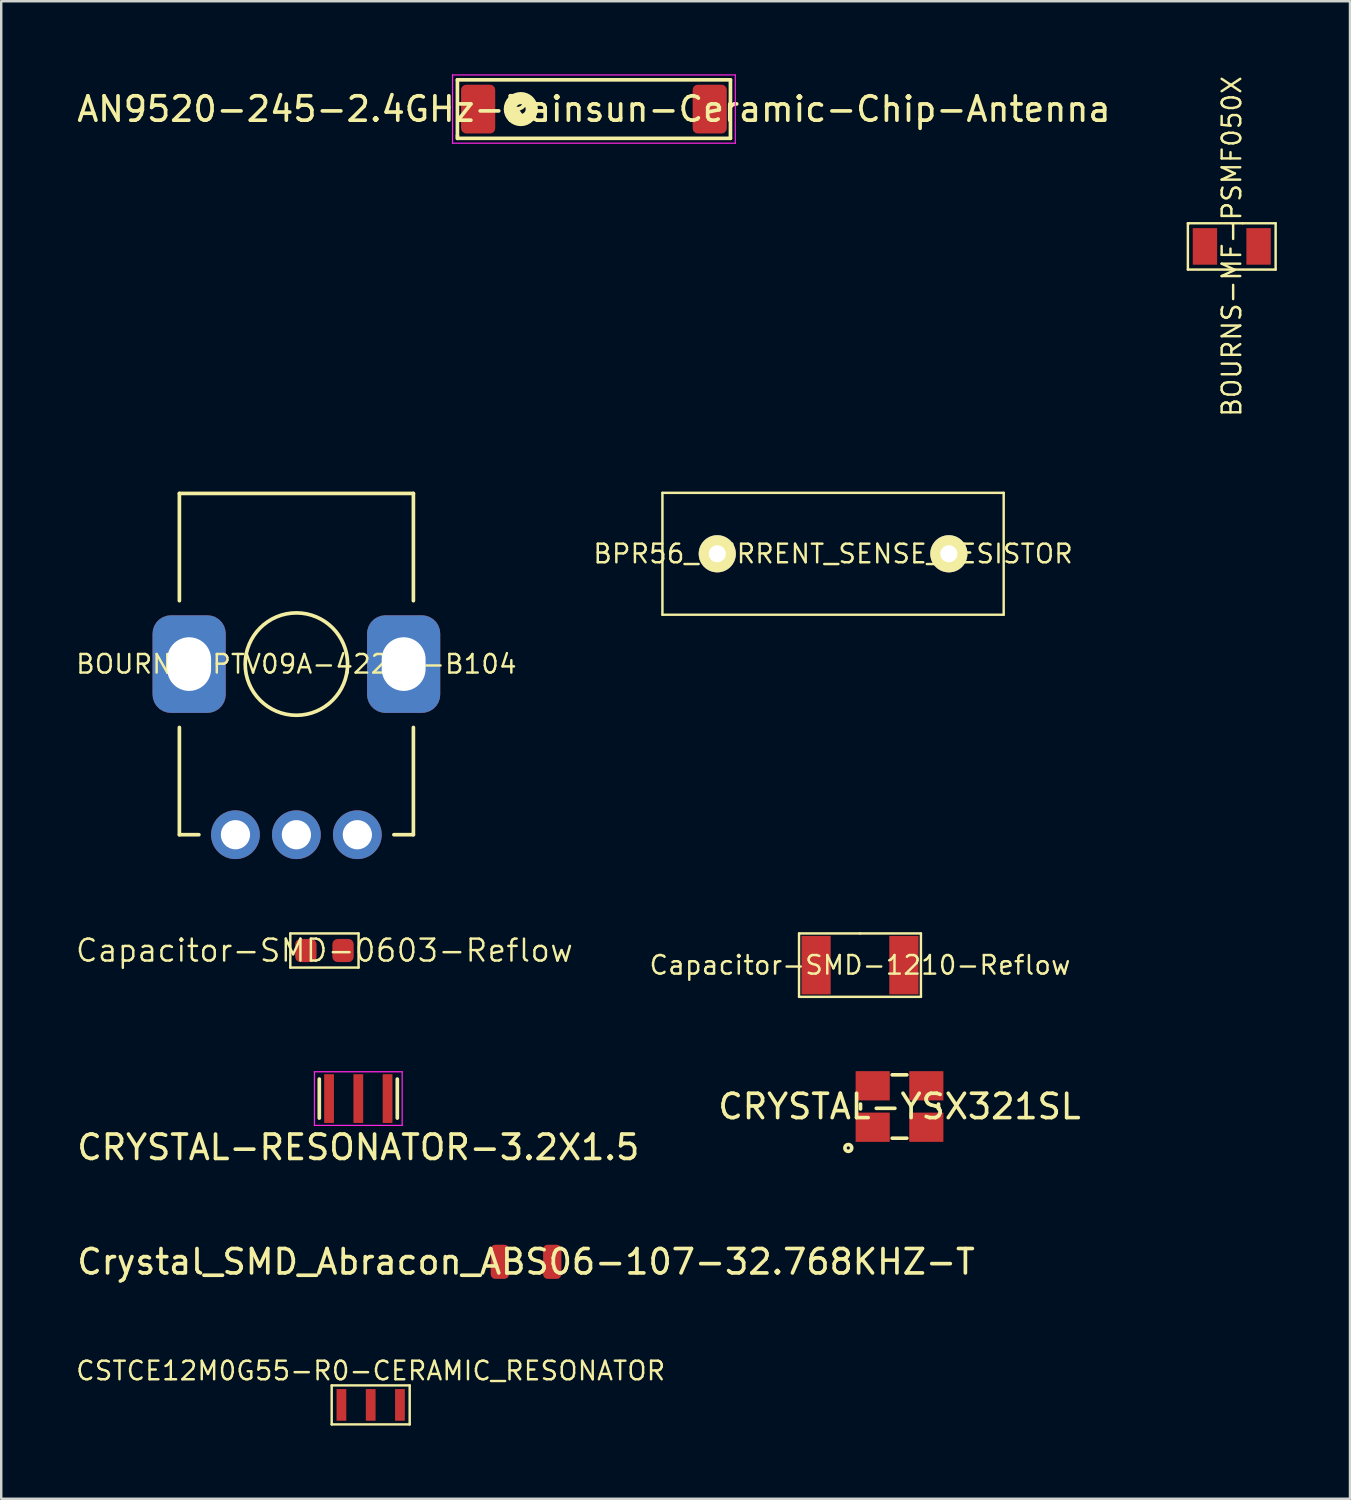
<source format=kicad_pcb>
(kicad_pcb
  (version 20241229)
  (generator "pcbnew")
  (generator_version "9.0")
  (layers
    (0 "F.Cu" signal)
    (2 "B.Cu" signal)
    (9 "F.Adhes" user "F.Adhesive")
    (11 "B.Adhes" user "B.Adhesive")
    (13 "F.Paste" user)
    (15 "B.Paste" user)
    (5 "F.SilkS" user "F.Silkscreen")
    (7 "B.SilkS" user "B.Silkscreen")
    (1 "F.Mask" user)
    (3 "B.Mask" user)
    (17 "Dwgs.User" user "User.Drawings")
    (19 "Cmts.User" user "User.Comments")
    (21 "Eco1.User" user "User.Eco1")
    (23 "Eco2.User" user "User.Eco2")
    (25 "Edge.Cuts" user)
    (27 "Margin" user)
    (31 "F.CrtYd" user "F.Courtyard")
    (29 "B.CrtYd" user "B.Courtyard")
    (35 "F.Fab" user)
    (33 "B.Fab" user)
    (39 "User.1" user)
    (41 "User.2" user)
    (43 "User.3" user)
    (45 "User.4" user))
  (footprint "Capacitor-SMD-0603-Reflow"
    (layer "F.Cu")
    (at 10.26 35.943)
    (property "Reference" "Capacitor-SMD-0603-Reflow" (at 0 0 180) (layer "F.SilkS") (effects (font (size 0.9 0.9) (thickness 0.1))))
    (attr smd)
    (fp_line (start -1.4 -0.7) (end 1.4 -0.7) (stroke (width 0.1) (type solid)) (layer "F.SilkS"))
    (fp_line (start -1.4 0.7) (end -1.4 -0.7) (stroke (width 0.1) (type solid)) (layer "F.SilkS"))
    (fp_line (start 1.4 -0.7) (end 1.4 0.7) (stroke (width 0.1) (type solid)) (layer "F.SilkS"))
    (fp_line (start 1.4 0.7) (end -1.4 0.7) (stroke (width 0.1) (type solid)) (layer "F.SilkS"))
    (pad "1" smd roundrect (at -0.762 0) (size 0.875 0.95) (layers "F.Cu" "F.Mask" "F.Paste") (roundrect_rratio 0.25))
    (pad "2" smd roundrect (at 0.762 0) (size 0.875 0.95) (layers "F.Cu" "F.Mask" "F.Paste") (roundrect_rratio 0.25)))
  (footprint "CRYSTAL-YSX321SL"
    (layer "F.Cu")
    (at 33.851 42.343)
    (property "Reference" "CRYSTAL-YSX321SL" (at 0 0 0) (layer "F.SilkS") (effects (font (size 1 1) (thickness 0.15))))
    (attr smd)
    (fp_line (start -1.6 0.1) (end -1.6 -0.1) (stroke (width 0.15) (type solid)) (layer "F.SilkS"))
    (fp_line (start -0.3 -1.3) (end 0.3 -1.3) (stroke (width 0.15) (type solid)) (layer "F.SilkS"))
    (fp_line (start 0.3 1.3) (end -0.3 1.3) (stroke (width 0.15) (type solid)) (layer "F.SilkS"))
    (fp_line (start 1.6 0.1) (end 1.6 -0.1) (stroke (width 0.15) (type solid)) (layer "F.SilkS"))
    (fp_circle (center -2.1 1.7) (end -2 1.8) (stroke (width 0.15) (type solid)) (fill no) (layer "F.SilkS"))
    (pad "1" smd rect (at -1.1 0.85) (size 1.4 1.2) (layers "F.Cu" "F.Mask" "F.Paste"))
    (pad "2" smd rect (at 1.1 0.85) (size 1.4 1.2) (layers "F.Cu" "F.Mask" "F.Paste"))
    (pad "3" smd rect (at 1.1 -0.85) (size 1.4 1.2) (layers "F.Cu" "F.Mask" "F.Paste"))
    (pad "4" smd rect (at -1.1 -0.85) (size 1.4 1.2) (layers "F.Cu" "F.Mask" "F.Paste")))
  (footprint "Capacitor-SMD-1210-Reflow"
    (layer "F.Cu")
    (at 32.23 36.543)
    (property "Reference" "Capacitor-SMD-1210-Reflow" (at 0 0 180) (layer "F.SilkS") (effects (font (size 0.762 0.762) (thickness 0.1))))
    (attr smd)
    (fp_line (start -2.5 -1.3) (end 0 -1.3) (stroke (width 0.1) (type solid)) (layer "F.SilkS"))
    (fp_line (start -2.5 1.3) (end -2.5 -1.3) (stroke (width 0.1) (type solid)) (layer "F.SilkS"))
    (fp_line (start 0 -1.3) (end 2.5 -1.3) (stroke (width 0.1) (type solid)) (layer "F.SilkS"))
    (fp_line (start 2.5 -1.3) (end 2.5 1.3) (stroke (width 0.1) (type solid)) (layer "F.SilkS"))
    (fp_line (start 2.5 1.3) (end -2.5 1.3) (stroke (width 0.1) (type solid)) (layer "F.SilkS"))
    (pad "1" smd rect (at -1.801 0) (size 1.199 2.4) (layers "F.Cu" "F.Mask" "F.Paste"))
    (pad "2" smd rect (at 1.801 0) (size 1.199 2.4) (layers "F.Cu" "F.Mask" "F.Paste")))
  (footprint "CSTCE12M0G55-R0-CERAMIC_RESONATOR"
    (layer "F.Cu")
    (at 12.157 54.584)
    (property "Reference" "CSTCE12M0G55-R0-CERAMIC_RESONATOR" (at 0 -1.4 0) (layer "F.SilkS") (effects (font (size 0.762 0.762) (thickness 0.1))))
    (attr smd)
    (fp_line (start -1.6 -0.8) (end 1.6 -0.8) (stroke (width 0.1) (type solid)) (layer "F.SilkS"))
    (fp_line (start -1.6 0.8) (end -1.6 -0.8) (stroke (width 0.1) (type solid)) (layer "F.SilkS"))
    (fp_line (start 1.6 -0.8) (end 1.6 0.8) (stroke (width 0.1) (type solid)) (layer "F.SilkS"))
    (fp_line (start 1.6 0.8) (end -1.6 0.8) (stroke (width 0.1) (type solid)) (layer "F.SilkS"))
    (pad "1" smd rect (at 1.2 0) (size 0.4 1.3) (layers "F.Cu" "F.Mask" "F.Paste"))
    (pad "2" smd rect (at 0 0) (size 0.4 1.3) (layers "F.Cu" "F.Mask" "F.Paste"))
    (pad "3" smd rect (at -1.2 0) (size 0.4 1.3) (layers "F.Cu" "F.Mask" "F.Paste")))
  (footprint "Crystal_SMD_Abracon_ABS06-107-32.768KHZ-T"
    (layer "F.Cu")
    (at 18.53 48.714)
    (property "Reference" "Crystal_SMD_Abracon_ABS06-107-32.768KHZ-T" (at 0 0 0) (layer "F.SilkS") (effects (font (size 1 1) (thickness 0.15))))
    (attr through_hole)
    (pad "1" smd roundrect (at -1.075 0) (size 0.75 1.4) (layers "F.Cu" "F.Mask" "F.Paste") (roundrect_rratio 0.25))
    (pad "2" smd roundrect (at 1.075 0) (size 0.75 1.4) (layers "F.Cu" "F.Mask" "F.Paste") (roundrect_rratio 0.25)))
  (footprint "CRYSTAL-RESONATOR-3.2X1.5"
    (layer "F.Cu")
    (at 11.649 42.018)
    (property "Reference" "CRYSTAL-RESONATOR-3.2X1.5" (at 0 2 0) (layer "F.SilkS") (effects (font (size 1 1) (thickness 0.15))))
    (attr through_hole)
    (fp_line (start -1.6 -0.8) (end -1.6 0.8) (stroke (width 0.15) (type solid)) (layer "F.SilkS"))
    (fp_line (start 1.6 -0.8) (end 1.6 0.8) (stroke (width 0.15) (type solid)) (layer "F.SilkS"))
    (fp_line (start -1.8 -1.1) (end 1.8 -1.1) (stroke (width 0.05) (type solid)) (layer "F.CrtYd"))
    (fp_line (start -1.8 1.1) (end -1.8 -1.1) (stroke (width 0.05) (type solid)) (layer "F.CrtYd"))
    (fp_line (start 1.8 -1.1) (end 1.8 1.1) (stroke (width 0.05) (type solid)) (layer "F.CrtYd"))
    (fp_line (start 1.8 1.1) (end -1.8 1.1) (stroke (width 0.05) (type solid)) (layer "F.CrtYd"))
    (pad "1" smd rect (at -1.2 0) (size 0.4 2) (layers "F.Cu" "F.Mask" "F.Paste"))
    (pad "2" smd rect (at 0 0) (size 0.4 2) (layers "F.Cu" "F.Mask" "F.Paste"))
    (pad "3" smd rect (at 1.2 0) (size 0.4 2) (layers "F.Cu" "F.Mask" "F.Paste")))
  (footprint "AN9520-245-2.4GHz-Rainsun-Ceramic-Chip-Antenna"
    (layer "F.Cu")
    (at 21.315 1.425)
    (property "Reference" "AN9520-245-2.4GHz-Rainsun-Ceramic-Chip-Antenna" (at 0 0 0) (unlocked yes) (layer "F.SilkS") (effects (font (size 1 1) (thickness 0.15))))
    (attr smd)
    (fp_line (start -5.6 -1.2) (end -5.6 1.1) (stroke (width 0.15) (type solid)) (layer "F.SilkS"))
    (fp_line (start -5.6 1.1) (end -5.6 1.2) (stroke (width 0.15) (type solid)) (layer "F.SilkS"))
    (fp_line (start -5.6 1.2) (end 5.6 1.2) (stroke (width 0.15) (type solid)) (layer "F.SilkS"))
    (fp_line (start 5.6 -1.2) (end -5.6 -1.2) (stroke (width 0.15) (type solid)) (layer "F.SilkS"))
    (fp_line (start 5.6 1.2) (end 5.6 -1.2) (stroke (width 0.15) (type solid)) (layer "F.SilkS"))
    (fp_circle (center -3 0) (end -2.8 0) (stroke (width 0.5) (type solid)) (fill no) (layer "F.SilkS"))
    (fp_line (start -5.8 -1.4) (end 5.8 -1.4) (stroke (width 0.05) (type solid)) (layer "F.CrtYd"))
    (fp_line (start -5.8 1.4) (end -5.8 -1.4) (stroke (width 0.05) (type solid)) (layer "F.CrtYd"))
    (fp_line (start 5.8 -1.4) (end 5.8 1.4) (stroke (width 0.05) (type solid)) (layer "F.CrtYd"))
    (fp_line (start 5.8 1.4) (end -5.8 1.4) (stroke (width 0.05) (type solid)) (layer "F.CrtYd"))
    (pad "" smd roundrect (at 4.75 0) (size 1.4 2) (layers "F.Cu" "F.Mask" "F.Paste") (roundrect_rratio 0.15))
    (pad "1" smd roundrect (at -4.75 0) (size 1.4 2) (layers "F.Cu" "F.Mask" "F.Paste") (roundrect_rratio 0.15)))
  (footprint "BPR56_CURRENT_SENSE_RESISTOR"
    (layer "F.Cu")
    (at 31.125 19.668)
    (property "Reference" "BPR56_CURRENT_SENSE_RESISTOR" (at 0 0 0) (layer "F.SilkS") (effects (font (size 0.762 0.762) (thickness 0.1))))
    (attr through_hole)
    (fp_line (start -7 -2.5) (end -7 2.5) (stroke (width 0.1) (type solid)) (layer "F.SilkS"))
    (fp_line (start -7 -2.5) (end 7 -2.5) (stroke (width 0.1) (type solid)) (layer "F.SilkS"))
    (fp_line (start -7 2.5) (end 7 2.5) (stroke (width 0.1) (type solid)) (layer "F.SilkS"))
    (fp_line (start 7 -2.5) (end 7 2.5) (stroke (width 0.1) (type solid)) (layer "F.SilkS"))
    (pad "1" thru_hole circle (at -4.75 0) (size 1.524 1.524) (drill 0.7) (layers "*.Cu" "*.Mask" "F.SilkS"))
    (pad "2" thru_hole circle (at 4.75 0) (size 1.524 1.524) (drill 0.7) (layers "*.Cu" "*.Mask" "F.SilkS")))
  (footprint "BOURNS-MF-PSMF050X"
    (layer "F.Cu")
    (at 47.481 7.059)
    (property "Reference" "BOURNS-MF-PSMF050X" (at 0 0 90) (layer "F.SilkS") (effects (font (size 0.762 0.762) (thickness 0.1))))
    (attr smd)
    (fp_line (start -1.8 -0.95) (end -1.8 0.95) (stroke (width 0.1) (type solid)) (layer "F.SilkS"))
    (fp_line (start -1.8 0.95) (end 1.8 0.95) (stroke (width 0.1) (type solid)) (layer "F.SilkS"))
    (fp_line (start -1.75 -0.95) (end -1.8 -0.95) (stroke (width 0.1) (type solid)) (layer "F.SilkS"))
    (fp_line (start 0 -0.95) (end -1.75 -0.95) (stroke (width 0.1) (type solid)) (layer "F.SilkS"))
    (fp_line (start 0 -0.95) (end 0.45 -0.95) (stroke (width 0.1) (type solid)) (layer "F.SilkS"))
    (fp_line (start 1.8 -0.95) (end 0.45 -0.95) (stroke (width 0.1) (type solid)) (layer "F.SilkS"))
    (fp_line (start 1.8 0.95) (end 1.8 -0.95) (stroke (width 0.1) (type solid)) (layer "F.SilkS"))
    (pad "1" smd rect (at 1.1 0) (size 1 1.5) (layers "F.Cu" "F.Mask" "F.Paste"))
    (pad "2" smd rect (at -1.1 0) (size 1 1.5) (layers "F.Cu" "F.Mask" "F.Paste")))
  (footprint "BOURNS-PTV09A-4225F-B104"
    (layer "F.Cu")
    (at 9.109 24.193)
    (property "Reference" "BOURNS-PTV09A-4225F-B104" (at 0 0 0) (layer "F.SilkS") (effects (font (size 0.762 0.762) (thickness 0.1))))
    (attr through_hole)
    (fp_line (start -4.8 -7) (end -4.8 -2.6) (stroke (width 0.15) (type solid)) (layer "F.SilkS"))
    (fp_line (start -4.8 7) (end -4.8 2.6) (stroke (width 0.15) (type solid)) (layer "F.SilkS"))
    (fp_line (start -4.8 7) (end -4 7) (stroke (width 0.15) (type solid)) (layer "F.SilkS"))
    (fp_line (start 4 7) (end 4.8 7) (stroke (width 0.15) (type solid)) (layer "F.SilkS"))
    (fp_line (start 4.8 -7) (end -4.8 -7) (stroke (width 0.15) (type solid)) (layer "F.SilkS"))
    (fp_line (start 4.8 -2.6) (end 4.8 -7) (stroke (width 0.15) (type solid)) (layer "F.SilkS"))
    (fp_line (start 4.8 7) (end 4.8 2.6) (stroke (width 0.15) (type solid)) (layer "F.SilkS"))
    (fp_circle (center 0 0) (end 2.1 0) (stroke (width 0.15) (type solid)) (fill no) (layer "F.SilkS"))
    (pad "" thru_hole roundrect (at -4.4 0) (size 3 4) (drill oval 1.8 2.2) (layers "*.Cu" "*.Mask") (roundrect_rratio 0.25))
    (pad "1" thru_hole circle (at -2.5 7) (size 2 2) (drill 1.2) (layers "*.Cu" "*.Mask"))
    (pad "2" thru_hole circle (at 0 7) (size 2 2) (drill 1.2) (layers "*.Cu" "*.Mask"))
    (pad "3" thru_hole circle (at 2.5 7) (size 2 2) (drill 1.2) (layers "*.Cu" "*.Mask"))
    (pad "~" thru_hole roundrect (at 4.4 0) (size 3 4) (drill oval 1.8 2.2) (layers "*.Cu" "*.Mask") (roundrect_rratio 0.25)))
  (gr_rect
    (start -3 -3)
    (end 52.331 58.434)
    (stroke (width 0.1) (type default))
    (fill no)
    (layer "Edge.Cuts")))
</source>
